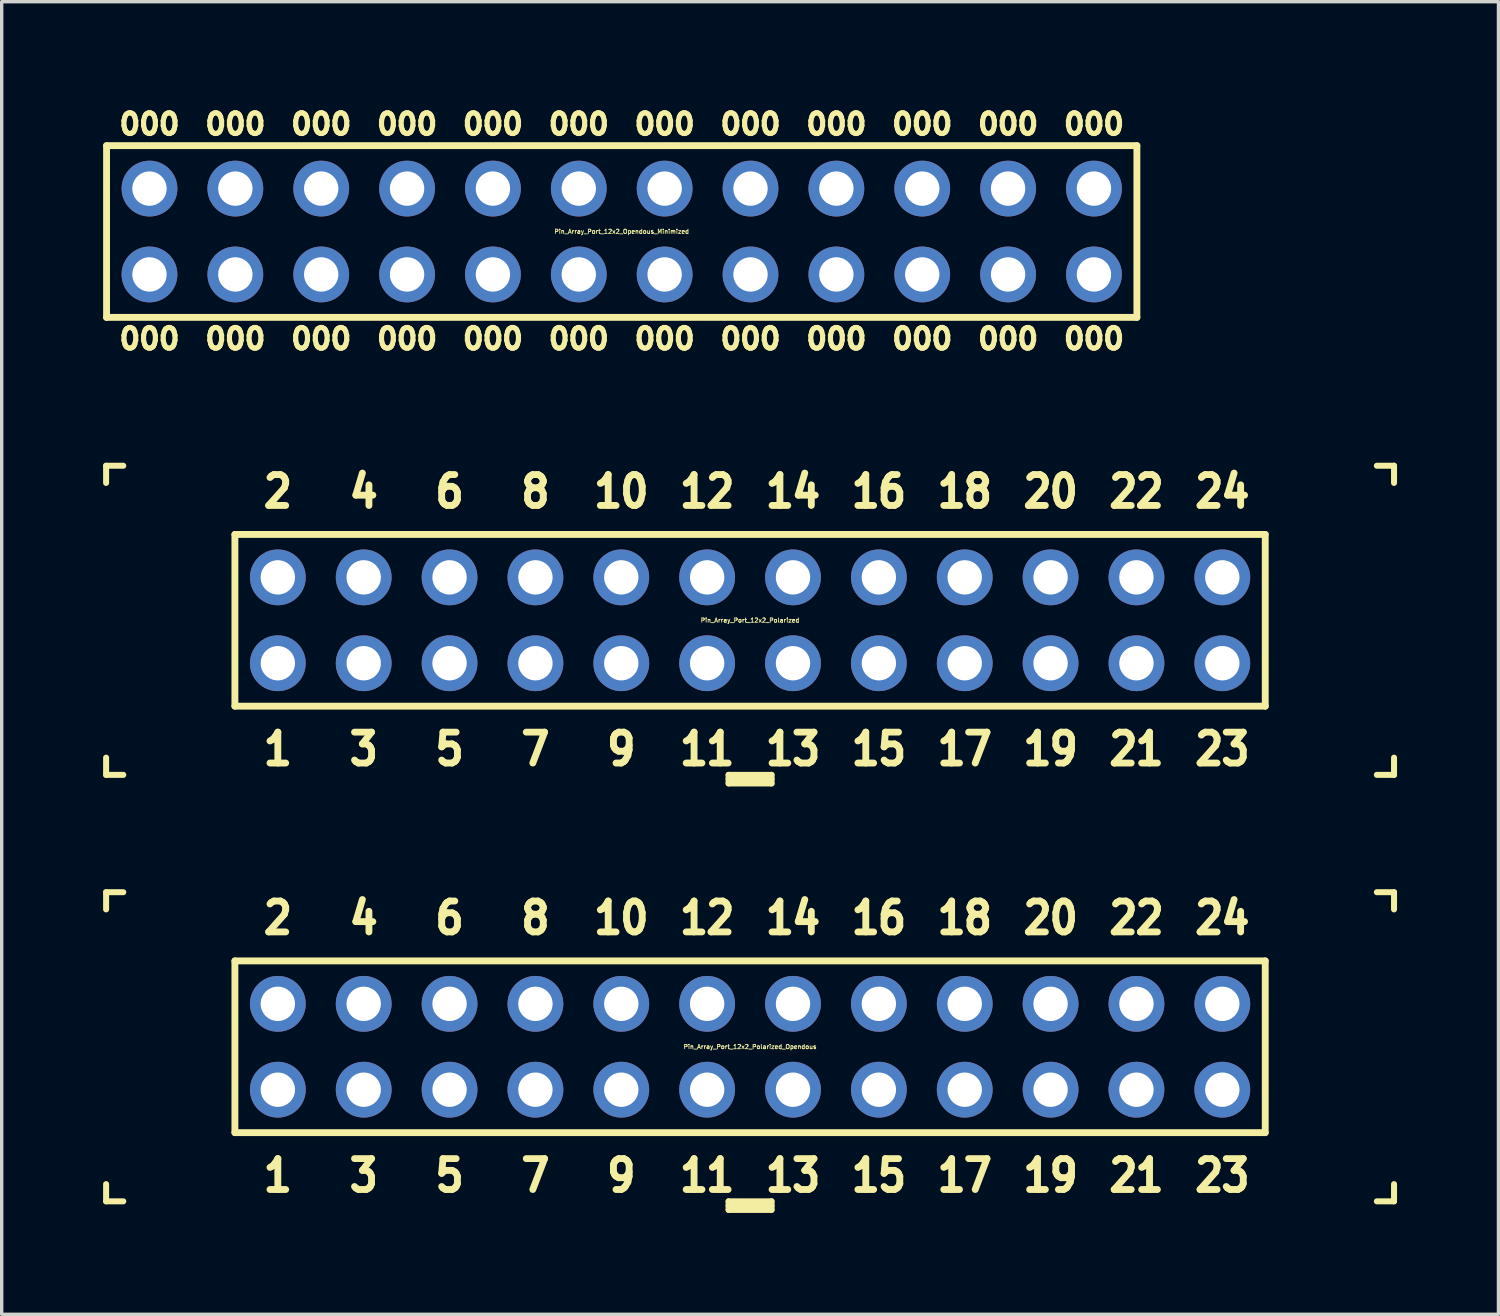
<source format=kicad_pcb>
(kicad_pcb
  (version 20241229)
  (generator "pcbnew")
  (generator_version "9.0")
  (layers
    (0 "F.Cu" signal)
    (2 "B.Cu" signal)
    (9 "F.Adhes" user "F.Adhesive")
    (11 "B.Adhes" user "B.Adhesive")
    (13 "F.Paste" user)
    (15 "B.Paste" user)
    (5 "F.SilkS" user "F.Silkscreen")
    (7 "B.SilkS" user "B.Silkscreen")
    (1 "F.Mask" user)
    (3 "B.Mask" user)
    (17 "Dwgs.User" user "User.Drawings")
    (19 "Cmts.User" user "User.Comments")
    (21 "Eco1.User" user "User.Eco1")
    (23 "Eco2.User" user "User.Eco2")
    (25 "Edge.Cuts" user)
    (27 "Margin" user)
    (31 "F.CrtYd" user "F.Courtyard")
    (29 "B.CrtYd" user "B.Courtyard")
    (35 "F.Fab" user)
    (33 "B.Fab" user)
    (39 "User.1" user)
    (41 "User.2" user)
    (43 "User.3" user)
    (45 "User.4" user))
  (footprint "Pin_Array_Port_12x2_Polarized_Opendous"
    (layer "F.Cu")
    (at 19.139 27.916)
    (property "Reference" "Pin_Array_Port_12x2_Polarized_Opendous" (at 0 0 0) (layer "F.SilkS") (effects (font (size 0.127 0.127) (thickness 0.025))))
    (attr through_hole)
    (fp_line (start -19.05 -4.572) (end -19.05 -4.064) (stroke (width 0.178) (type solid)) (layer "F.SilkS"))
    (fp_line (start -19.05 -4.572) (end -18.542 -4.572) (stroke (width 0.178) (type solid)) (layer "F.SilkS"))
    (fp_line (start -19.05 4.572) (end -19.05 4.064) (stroke (width 0.178) (type solid)) (layer "F.SilkS"))
    (fp_line (start -19.05 4.572) (end -18.542 4.572) (stroke (width 0.178) (type solid)) (layer "F.SilkS"))
    (fp_line (start -15.24 -2.54) (end -15.24 2.54) (stroke (width 0.203) (type solid)) (layer "F.SilkS"))
    (fp_line (start -15.24 -2.54) (end 15.24 -2.54) (stroke (width 0.203) (type solid)) (layer "F.SilkS"))
    (fp_line (start -0.635 4.572) (end 0.635 4.572) (stroke (width 0.178) (type solid)) (layer "F.SilkS"))
    (fp_line (start -0.635 4.699) (end 0.635 4.699) (stroke (width 0.178) (type solid)) (layer "F.SilkS"))
    (fp_line (start -0.635 4.826) (end -0.635 4.572) (stroke (width 0.178) (type solid)) (layer "F.SilkS"))
    (fp_line (start 0.635 4.572) (end 0.635 4.826) (stroke (width 0.178) (type solid)) (layer "F.SilkS"))
    (fp_line (start 0.635 4.826) (end -0.635 4.826) (stroke (width 0.178) (type solid)) (layer "F.SilkS"))
    (fp_line (start 15.24 -2.54) (end 15.24 2.54) (stroke (width 0.203) (type solid)) (layer "F.SilkS"))
    (fp_line (start 15.24 2.54) (end -15.24 2.54) (stroke (width 0.203) (type solid)) (layer "F.SilkS"))
    (fp_line (start 19.05 -4.572) (end 18.542 -4.572) (stroke (width 0.178) (type solid)) (layer "F.SilkS"))
    (fp_line (start 19.05 -4.572) (end 19.05 -4.064) (stroke (width 0.178) (type solid)) (layer "F.SilkS"))
    (fp_line (start 19.05 4.572) (end 18.542 4.572) (stroke (width 0.178) (type solid)) (layer "F.SilkS"))
    (fp_line (start 19.05 4.572) (end 19.05 4.064) (stroke (width 0.178) (type solid)) (layer "F.SilkS"))
    (fp_text user "20" (at 8.89 -3.81 0) (layer "F.SilkS") (effects (font (size 0.914 0.813) (thickness 0.203))))
    (fp_text user "19" (at 8.89 3.81 0) (layer "F.SilkS") (effects (font (size 0.914 0.813) (thickness 0.203))))
    (fp_text user "22" (at 11.43 -3.81 0) (layer "F.SilkS") (effects (font (size 0.914 0.813) (thickness 0.203))))
    (fp_text user "11" (at -1.27 3.81 0) (layer "F.SilkS") (effects (font (size 0.914 0.813) (thickness 0.203))))
    (fp_text user "16" (at 3.81 -3.81 0) (layer "F.SilkS") (effects (font (size 0.914 0.813) (thickness 0.203))))
    (fp_text user "8" (at -6.35 -3.81 0) (layer "F.SilkS") (effects (font (size 0.914 0.813) (thickness 0.203))))
    (fp_text user "14" (at 1.27 -3.81 0) (layer "F.SilkS") (effects (font (size 0.914 0.813) (thickness 0.203))))
    (fp_text user "9" (at -3.81 3.81 0) (layer "F.SilkS") (effects (font (size 0.914 0.813) (thickness 0.203))))
    (fp_text user "12" (at -1.27 -3.81 0) (layer "F.SilkS") (effects (font (size 0.914 0.813) (thickness 0.203))))
    (fp_text user "1" (at -13.97 3.81 0) (layer "F.SilkS") (effects (font (size 0.914 0.813) (thickness 0.203))))
    (fp_text user "5" (at -8.89 3.81 0) (layer "F.SilkS") (effects (font (size 0.914 0.813) (thickness 0.203))))
    (fp_text user "17" (at 6.35 3.81 0) (layer "F.SilkS") (effects (font (size 0.914 0.813) (thickness 0.203))))
    (fp_text user "18" (at 6.35 -3.81 0) (layer "F.SilkS") (effects (font (size 0.914 0.813) (thickness 0.203))))
    (fp_text user "4" (at -11.43 -3.81 0) (layer "F.SilkS") (effects (font (size 0.914 0.813) (thickness 0.203))))
    (fp_text user "21" (at 11.43 3.81 0) (layer "F.SilkS") (effects (font (size 0.914 0.813) (thickness 0.203))))
    (fp_text user "10" (at -3.81 -3.81 0) (layer "F.SilkS") (effects (font (size 0.914 0.813) (thickness 0.203))))
    (fp_text user "2" (at -13.97 -3.81 0) (layer "F.SilkS") (effects (font (size 0.914 0.813) (thickness 0.203))))
    (fp_text user "7" (at -6.35 3.81 0) (layer "F.SilkS") (effects (font (size 0.914 0.813) (thickness 0.203))))
    (fp_text user "24" (at 13.97 -3.81 0) (layer "F.SilkS") (effects (font (size 0.914 0.813) (thickness 0.203))))
    (fp_text user "3" (at -11.43 3.81 0) (layer "F.SilkS") (effects (font (size 0.914 0.813) (thickness 0.203))))
    (fp_text user "23" (at 13.97 3.81 0) (layer "F.SilkS") (effects (font (size 0.914 0.813) (thickness 0.203))))
    (fp_text user "15" (at 3.81 3.81 0) (layer "F.SilkS") (effects (font (size 0.914 0.813) (thickness 0.203))))
    (fp_text user "6" (at -8.89 -3.81 0) (layer "F.SilkS") (effects (font (size 0.914 0.813) (thickness 0.203))))
    (fp_text user "13" (at 1.27 3.81 0) (layer "F.SilkS") (effects (font (size 0.914 0.813) (thickness 0.203))))
    (pad "1" thru_hole circle (at -13.97 1.27) (size 1.651 1.651) (drill 1.016) (layers "*.Cu" "*.Mask"))
    (pad "2" thru_hole circle (at -13.97 -1.27) (size 1.651 1.651) (drill 1.016) (layers "*.Cu" "*.Mask"))
    (pad "3" thru_hole circle (at -11.43 1.27) (size 1.651 1.651) (drill 1.016) (layers "*.Cu" "*.Mask"))
    (pad "4" thru_hole circle (at -11.43 -1.27) (size 1.651 1.651) (drill 1.016) (layers "*.Cu" "*.Mask"))
    (pad "5" thru_hole circle (at -8.89 1.27) (size 1.651 1.651) (drill 1.016) (layers "*.Cu" "*.Mask"))
    (pad "6" thru_hole circle (at -8.89 -1.27) (size 1.651 1.651) (drill 1.016) (layers "*.Cu" "*.Mask"))
    (pad "7" thru_hole circle (at -6.35 1.27) (size 1.651 1.651) (drill 1.016) (layers "*.Cu" "*.Mask"))
    (pad "8" thru_hole circle (at -6.35 -1.27) (size 1.651 1.651) (drill 1.016) (layers "*.Cu" "*.Mask"))
    (pad "9" thru_hole circle (at -3.81 1.27) (size 1.651 1.651) (drill 1.016) (layers "*.Cu" "*.Mask"))
    (pad "10" thru_hole circle (at -3.81 -1.27) (size 1.651 1.651) (drill 1.016) (layers "*.Cu" "*.Mask"))
    (pad "11" thru_hole circle (at -1.27 1.27) (size 1.651 1.651) (drill 1.016) (layers "*.Cu" "*.Mask"))
    (pad "12" thru_hole circle (at -1.27 -1.27) (size 1.651 1.651) (drill 1.016) (layers "*.Cu" "*.Mask"))
    (pad "13" thru_hole circle (at 1.27 1.27) (size 1.651 1.651) (drill 1.016) (layers "*.Cu" "*.Mask"))
    (pad "14" thru_hole circle (at 1.27 -1.27) (size 1.651 1.651) (drill 1.016) (layers "*.Cu" "*.Mask"))
    (pad "15" thru_hole circle (at 3.81 1.27) (size 1.651 1.651) (drill 1.016) (layers "*.Cu" "*.Mask"))
    (pad "16" thru_hole circle (at 3.81 -1.27) (size 1.651 1.651) (drill 1.016) (layers "*.Cu" "*.Mask"))
    (pad "17" thru_hole circle (at 6.35 1.27) (size 1.651 1.651) (drill 1.016) (layers "*.Cu" "*.Mask"))
    (pad "18" thru_hole circle (at 6.35 -1.27) (size 1.651 1.651) (drill 1.016) (layers "*.Cu" "*.Mask"))
    (pad "19" thru_hole circle (at 8.89 1.27) (size 1.651 1.651) (drill 1.016) (layers "*.Cu" "*.Mask"))
    (pad "20" thru_hole circle (at 8.89 -1.27) (size 1.651 1.651) (drill 1.016) (layers "*.Cu" "*.Mask"))
    (pad "21" thru_hole circle (at 11.43 1.27) (size 1.651 1.651) (drill 1.016) (layers "*.Cu" "*.Mask"))
    (pad "22" thru_hole circle (at 11.43 -1.27) (size 1.651 1.651) (drill 1.016) (layers "*.Cu" "*.Mask"))
    (pad "23" thru_hole circle (at 13.97 1.27) (size 1.651 1.651) (drill 1.016) (layers "*.Cu" "*.Mask"))
    (pad "24" thru_hole circle (at 13.97 -1.27) (size 1.651 1.651) (drill 1.016) (layers "*.Cu" "*.Mask")))
  (footprint "Pin_Array_Port_12x2_Opendous_Minimized"
    (layer "F.Cu")
    (at 15.342 3.799)
    (property "Reference" "Pin_Array_Port_12x2_Opendous_Minimized" (at 0 0 0) (layer "F.SilkS") (effects (font (size 0.127 0.127) (thickness 0.025))))
    (attr through_hole)
    (fp_line (start -15.24 -2.54) (end -15.24 2.54) (stroke (width 0.203) (type solid)) (layer "F.SilkS"))
    (fp_line (start -15.24 -2.54) (end 15.24 -2.54) (stroke (width 0.203) (type solid)) (layer "F.SilkS"))
    (fp_line (start 15.24 -2.54) (end 15.24 2.54) (stroke (width 0.203) (type solid)) (layer "F.SilkS"))
    (fp_line (start 15.24 2.54) (end -15.24 2.54) (stroke (width 0.203) (type solid)) (layer "F.SilkS"))
    (fp_text user "000" (at -1.27 3.175 0) (layer "F.SilkS") (effects (font (size 0.61 0.61) (thickness 0.152))))
    (fp_text user "000" (at 1.27 3.175 0) (layer "F.SilkS") (effects (font (size 0.61 0.61) (thickness 0.152))))
    (fp_text user "000" (at 6.35 -3.175 0) (layer "F.SilkS") (effects (font (size 0.61 0.61) (thickness 0.152))))
    (fp_text user "000" (at -3.81 -3.175 0) (layer "F.SilkS") (effects (font (size 0.61 0.61) (thickness 0.152))))
    (fp_text user "000" (at 8.89 3.175 0) (layer "F.SilkS") (effects (font (size 0.61 0.61) (thickness 0.152))))
    (fp_text user "000" (at -3.81 3.175 0) (layer "F.SilkS") (effects (font (size 0.61 0.61) (thickness 0.152))))
    (fp_text user "000" (at 13.97 3.175 0) (layer "F.SilkS") (effects (font (size 0.61 0.61) (thickness 0.152))))
    (fp_text user "000" (at 1.27 -3.175 0) (layer "F.SilkS") (effects (font (size 0.61 0.61) (thickness 0.152))))
    (fp_text user "000" (at -11.43 -3.175 0) (layer "F.SilkS") (effects (font (size 0.61 0.61) (thickness 0.152))))
    (fp_text user "000" (at 13.97 -3.175 0) (layer "F.SilkS") (effects (font (size 0.61 0.61) (thickness 0.152))))
    (fp_text user "000" (at 6.35 3.175 0) (layer "F.SilkS") (effects (font (size 0.61 0.61) (thickness 0.152))))
    (fp_text user "000" (at -1.27 -3.175 0) (layer "F.SilkS") (effects (font (size 0.61 0.61) (thickness 0.152))))
    (fp_text user "000" (at 11.43 3.175 0) (layer "F.SilkS") (effects (font (size 0.61 0.61) (thickness 0.152))))
    (fp_text user "000" (at 11.43 -3.175 0) (layer "F.SilkS") (effects (font (size 0.61 0.61) (thickness 0.152))))
    (fp_text user "000" (at -6.35 3.175 0) (layer "F.SilkS") (effects (font (size 0.61 0.61) (thickness 0.152))))
    (fp_text user "000" (at -6.35 -3.175 0) (layer "F.SilkS") (effects (font (size 0.61 0.61) (thickness 0.152))))
    (fp_text user "000" (at -13.97 3.175 0) (layer "F.SilkS") (effects (font (size 0.61 0.61) (thickness 0.152))))
    (fp_text user "000" (at 3.81 3.175 0) (layer "F.SilkS") (effects (font (size 0.61 0.61) (thickness 0.152))))
    (fp_text user "000" (at 8.89 -3.175 0) (layer "F.SilkS") (effects (font (size 0.61 0.61) (thickness 0.152))))
    (fp_text user "000" (at -8.89 -3.175 0) (layer "F.SilkS") (effects (font (size 0.61 0.61) (thickness 0.152))))
    (fp_text user "000" (at -13.97 -3.175 0) (layer "F.SilkS") (effects (font (size 0.61 0.61) (thickness 0.152))))
    (fp_text user "000" (at 3.81 -3.175 0) (layer "F.SilkS") (effects (font (size 0.61 0.61) (thickness 0.152))))
    (fp_text user "000" (at -8.89 3.175 0) (layer "F.SilkS") (effects (font (size 0.61 0.61) (thickness 0.152))))
    (fp_text user "000" (at -11.43 3.175 0) (layer "F.SilkS") (effects (font (size 0.61 0.61) (thickness 0.152))))
    (pad "1" thru_hole circle (at -13.97 1.27) (size 1.651 1.651) (drill 1.016) (layers "*.Cu" "*.Mask"))
    (pad "2" thru_hole circle (at -13.97 -1.27) (size 1.651 1.651) (drill 1.016) (layers "*.Cu" "*.Mask"))
    (pad "3" thru_hole circle (at -11.43 1.27) (size 1.651 1.651) (drill 1.016) (layers "*.Cu" "*.Mask"))
    (pad "4" thru_hole circle (at -11.43 -1.27) (size 1.651 1.651) (drill 1.016) (layers "*.Cu" "*.Mask"))
    (pad "5" thru_hole circle (at -8.89 1.27) (size 1.651 1.651) (drill 1.016) (layers "*.Cu" "*.Mask"))
    (pad "6" thru_hole circle (at -8.89 -1.27) (size 1.651 1.651) (drill 1.016) (layers "*.Cu" "*.Mask"))
    (pad "7" thru_hole circle (at -6.35 1.27) (size 1.651 1.651) (drill 1.016) (layers "*.Cu" "*.Mask"))
    (pad "8" thru_hole circle (at -6.35 -1.27) (size 1.651 1.651) (drill 1.016) (layers "*.Cu" "*.Mask"))
    (pad "9" thru_hole circle (at -3.81 1.27) (size 1.651 1.651) (drill 1.016) (layers "*.Cu" "*.Mask"))
    (pad "10" thru_hole circle (at -3.81 -1.27) (size 1.651 1.651) (drill 1.016) (layers "*.Cu" "*.Mask"))
    (pad "11" thru_hole circle (at -1.27 1.27) (size 1.651 1.651) (drill 1.016) (layers "*.Cu" "*.Mask"))
    (pad "12" thru_hole circle (at -1.27 -1.27) (size 1.651 1.651) (drill 1.016) (layers "*.Cu" "*.Mask"))
    (pad "13" thru_hole circle (at 1.27 1.27) (size 1.651 1.651) (drill 1.016) (layers "*.Cu" "*.Mask"))
    (pad "14" thru_hole circle (at 1.27 -1.27) (size 1.651 1.651) (drill 1.016) (layers "*.Cu" "*.Mask"))
    (pad "15" thru_hole circle (at 3.81 1.27) (size 1.651 1.651) (drill 1.016) (layers "*.Cu" "*.Mask"))
    (pad "16" thru_hole circle (at 3.81 -1.27) (size 1.651 1.651) (drill 1.016) (layers "*.Cu" "*.Mask"))
    (pad "17" thru_hole circle (at 6.35 1.27) (size 1.651 1.651) (drill 1.016) (layers "*.Cu" "*.Mask"))
    (pad "18" thru_hole circle (at 6.35 -1.27) (size 1.651 1.651) (drill 1.016) (layers "*.Cu" "*.Mask"))
    (pad "19" thru_hole circle (at 8.89 1.27) (size 1.651 1.651) (drill 1.016) (layers "*.Cu" "*.Mask"))
    (pad "20" thru_hole circle (at 8.89 -1.27) (size 1.651 1.651) (drill 1.016) (layers "*.Cu" "*.Mask"))
    (pad "21" thru_hole circle (at 11.43 1.27) (size 1.651 1.651) (drill 1.016) (layers "*.Cu" "*.Mask"))
    (pad "22" thru_hole circle (at 11.43 -1.27) (size 1.651 1.651) (drill 1.016) (layers "*.Cu" "*.Mask"))
    (pad "23" thru_hole circle (at 13.97 1.27) (size 1.651 1.651) (drill 1.016) (layers "*.Cu" "*.Mask"))
    (pad "24" thru_hole circle (at 13.97 -1.27) (size 1.651 1.651) (drill 1.016) (layers "*.Cu" "*.Mask")))
  (footprint "Pin_Array_Port_12x2_Polarized"
    (layer "F.Cu")
    (at 19.139 15.3)
    (property "Reference" "Pin_Array_Port_12x2_Polarized" (at 0 0 0) (layer "F.SilkS") (effects (font (size 0.127 0.127) (thickness 0.025))))
    (attr through_hole)
    (fp_line (start -19.05 -4.572) (end -19.05 -4.064) (stroke (width 0.178) (type solid)) (layer "F.SilkS"))
    (fp_line (start -19.05 -4.572) (end -18.542 -4.572) (stroke (width 0.178) (type solid)) (layer "F.SilkS"))
    (fp_line (start -19.05 4.572) (end -19.05 4.064) (stroke (width 0.178) (type solid)) (layer "F.SilkS"))
    (fp_line (start -19.05 4.572) (end -18.542 4.572) (stroke (width 0.178) (type solid)) (layer "F.SilkS"))
    (fp_line (start -15.24 2.54) (end -15.24 -2.54) (stroke (width 0.203) (type solid)) (layer "F.SilkS"))
    (fp_line (start -15.24 2.54) (end 15.24 2.54) (stroke (width 0.203) (type solid)) (layer "F.SilkS"))
    (fp_line (start -0.635 4.572) (end 0.635 4.572) (stroke (width 0.178) (type solid)) (layer "F.SilkS"))
    (fp_line (start -0.635 4.699) (end 0.635 4.699) (stroke (width 0.178) (type solid)) (layer "F.SilkS"))
    (fp_line (start -0.635 4.826) (end -0.635 4.572) (stroke (width 0.178) (type solid)) (layer "F.SilkS"))
    (fp_line (start 0.635 4.572) (end 0.635 4.826) (stroke (width 0.178) (type solid)) (layer "F.SilkS"))
    (fp_line (start 0.635 4.826) (end -0.635 4.826) (stroke (width 0.178) (type solid)) (layer "F.SilkS"))
    (fp_line (start 15.24 -2.54) (end -15.24 -2.54) (stroke (width 0.203) (type solid)) (layer "F.SilkS"))
    (fp_line (start 15.24 -2.54) (end 15.24 2.54) (stroke (width 0.203) (type solid)) (layer "F.SilkS"))
    (fp_line (start 19.05 -4.572) (end 18.542 -4.572) (stroke (width 0.178) (type solid)) (layer "F.SilkS"))
    (fp_line (start 19.05 -4.572) (end 19.05 -4.064) (stroke (width 0.178) (type solid)) (layer "F.SilkS"))
    (fp_line (start 19.05 4.572) (end 18.542 4.572) (stroke (width 0.178) (type solid)) (layer "F.SilkS"))
    (fp_line (start 19.05 4.572) (end 19.05 4.064) (stroke (width 0.178) (type solid)) (layer "F.SilkS"))
    (fp_text user "11" (at -1.27 3.81 0) (layer "F.SilkS") (effects (font (size 0.914 0.813) (thickness 0.203))))
    (fp_text user "10" (at -3.81 -3.81 0) (layer "F.SilkS") (effects (font (size 0.914 0.813) (thickness 0.203))))
    (fp_text user "24" (at 13.97 -3.81 0) (layer "F.SilkS") (effects (font (size 0.914 0.813) (thickness 0.203))))
    (fp_text user "4" (at -11.43 -3.81 0) (layer "F.SilkS") (effects (font (size 0.914 0.813) (thickness 0.203))))
    (fp_text user "6" (at -8.89 -3.81 0) (layer "F.SilkS") (effects (font (size 0.914 0.813) (thickness 0.203))))
    (fp_text user "2" (at -13.97 -3.81 0) (layer "F.SilkS") (effects (font (size 0.914 0.813) (thickness 0.203))))
    (fp_text user "20" (at 8.89 -3.81 0) (layer "F.SilkS") (effects (font (size 0.914 0.813) (thickness 0.203))))
    (fp_text user "17" (at 6.35 3.81 0) (layer "F.SilkS") (effects (font (size 0.914 0.813) (thickness 0.203))))
    (fp_text user "3" (at -11.43 3.81 0) (layer "F.SilkS") (effects (font (size 0.914 0.813) (thickness 0.203))))
    (fp_text user "23" (at 13.97 3.81 0) (layer "F.SilkS") (effects (font (size 0.914 0.813) (thickness 0.203))))
    (fp_text user "5" (at -8.89 3.81 0) (layer "F.SilkS") (effects (font (size 0.914 0.813) (thickness 0.203))))
    (fp_text user "7" (at -6.35 3.81 0) (layer "F.SilkS") (effects (font (size 0.914 0.813) (thickness 0.203))))
    (fp_text user "19" (at 8.89 3.81 0) (layer "F.SilkS") (effects (font (size 0.914 0.813) (thickness 0.203))))
    (fp_text user "12" (at -1.27 -3.81 0) (layer "F.SilkS") (effects (font (size 0.914 0.813) (thickness 0.203))))
    (fp_text user "13" (at 1.27 3.81 0) (layer "F.SilkS") (effects (font (size 0.914 0.813) (thickness 0.203))))
    (fp_text user "14" (at 1.27 -3.81 0) (layer "F.SilkS") (effects (font (size 0.914 0.813) (thickness 0.203))))
    (fp_text user "18" (at 6.35 -3.81 0) (layer "F.SilkS") (effects (font (size 0.914 0.813) (thickness 0.203))))
    (fp_text user "8" (at -6.35 -3.81 0) (layer "F.SilkS") (effects (font (size 0.914 0.813) (thickness 0.203))))
    (fp_text user "1" (at -13.97 3.81 0) (layer "F.SilkS") (effects (font (size 0.914 0.813) (thickness 0.203))))
    (fp_text user "16" (at 3.81 -3.81 0) (layer "F.SilkS") (effects (font (size 0.914 0.813) (thickness 0.203))))
    (fp_text user "21" (at 11.43 3.81 0) (layer "F.SilkS") (effects (font (size 0.914 0.813) (thickness 0.203))))
    (fp_text user "22" (at 11.43 -3.81 0) (layer "F.SilkS") (effects (font (size 0.914 0.813) (thickness 0.203))))
    (fp_text user "9" (at -3.81 3.81 0) (layer "F.SilkS") (effects (font (size 0.914 0.813) (thickness 0.203))))
    (fp_text user "15" (at 3.81 3.81 0) (layer "F.SilkS") (effects (font (size 0.914 0.813) (thickness 0.203))))
    (pad "1" thru_hole circle (at -13.97 1.27) (size 1.651 1.651) (drill 1.016) (layers "*.Cu" "*.Mask"))
    (pad "2" thru_hole circle (at -13.97 -1.27) (size 1.651 1.651) (drill 1.016) (layers "*.Cu" "*.Mask"))
    (pad "3" thru_hole circle (at -11.43 1.27) (size 1.651 1.651) (drill 1.016) (layers "*.Cu" "*.Mask"))
    (pad "4" thru_hole circle (at -11.43 -1.27) (size 1.651 1.651) (drill 1.016) (layers "*.Cu" "*.Mask"))
    (pad "5" thru_hole circle (at -8.89 1.27) (size 1.651 1.651) (drill 1.016) (layers "*.Cu" "*.Mask"))
    (pad "6" thru_hole circle (at -8.89 -1.27) (size 1.651 1.651) (drill 1.016) (layers "*.Cu" "*.Mask"))
    (pad "7" thru_hole circle (at -6.35 1.27) (size 1.651 1.651) (drill 1.016) (layers "*.Cu" "*.Mask"))
    (pad "8" thru_hole circle (at -6.35 -1.27) (size 1.651 1.651) (drill 1.016) (layers "*.Cu" "*.Mask"))
    (pad "9" thru_hole circle (at -3.81 1.27) (size 1.651 1.651) (drill 1.016) (layers "*.Cu" "*.Mask"))
    (pad "10" thru_hole circle (at -3.81 -1.27) (size 1.651 1.651) (drill 1.016) (layers "*.Cu" "*.Mask"))
    (pad "11" thru_hole circle (at -1.27 1.27) (size 1.651 1.651) (drill 1.016) (layers "*.Cu" "*.Mask"))
    (pad "12" thru_hole circle (at -1.27 -1.27) (size 1.651 1.651) (drill 1.016) (layers "*.Cu" "*.Mask"))
    (pad "13" thru_hole circle (at 1.27 1.27) (size 1.651 1.651) (drill 1.016) (layers "*.Cu" "*.Mask"))
    (pad "14" thru_hole circle (at 1.27 -1.27) (size 1.651 1.651) (drill 1.016) (layers "*.Cu" "*.Mask"))
    (pad "15" thru_hole circle (at 3.81 1.27) (size 1.651 1.651) (drill 1.016) (layers "*.Cu" "*.Mask"))
    (pad "16" thru_hole circle (at 3.81 -1.27) (size 1.651 1.651) (drill 1.016) (layers "*.Cu" "*.Mask"))
    (pad "17" thru_hole circle (at 6.35 1.27) (size 1.651 1.651) (drill 1.016) (layers "*.Cu" "*.Mask"))
    (pad "18" thru_hole circle (at 6.35 -1.27) (size 1.651 1.651) (drill 1.016) (layers "*.Cu" "*.Mask"))
    (pad "19" thru_hole circle (at 8.89 1.27) (size 1.651 1.651) (drill 1.016) (layers "*.Cu" "*.Mask"))
    (pad "20" thru_hole circle (at 8.89 -1.27) (size 1.651 1.651) (drill 1.016) (layers "*.Cu" "*.Mask"))
    (pad "21" thru_hole circle (at 11.43 1.27) (size 1.651 1.651) (drill 1.016) (layers "*.Cu" "*.Mask"))
    (pad "22" thru_hole circle (at 11.43 -1.27) (size 1.651 1.651) (drill 1.016) (layers "*.Cu" "*.Mask"))
    (pad "23" thru_hole circle (at 13.97 1.27) (size 1.651 1.651) (drill 1.016) (layers "*.Cu" "*.Mask"))
    (pad "24" thru_hole circle (at 13.97 -1.27) (size 1.651 1.651) (drill 1.016) (layers "*.Cu" "*.Mask")))
  (gr_rect
    (start -3 -3)
    (end 41.278 35.831)
    (stroke (width 0.1) (type default))
    (fill no)
    (layer "Edge.Cuts")))
</source>
